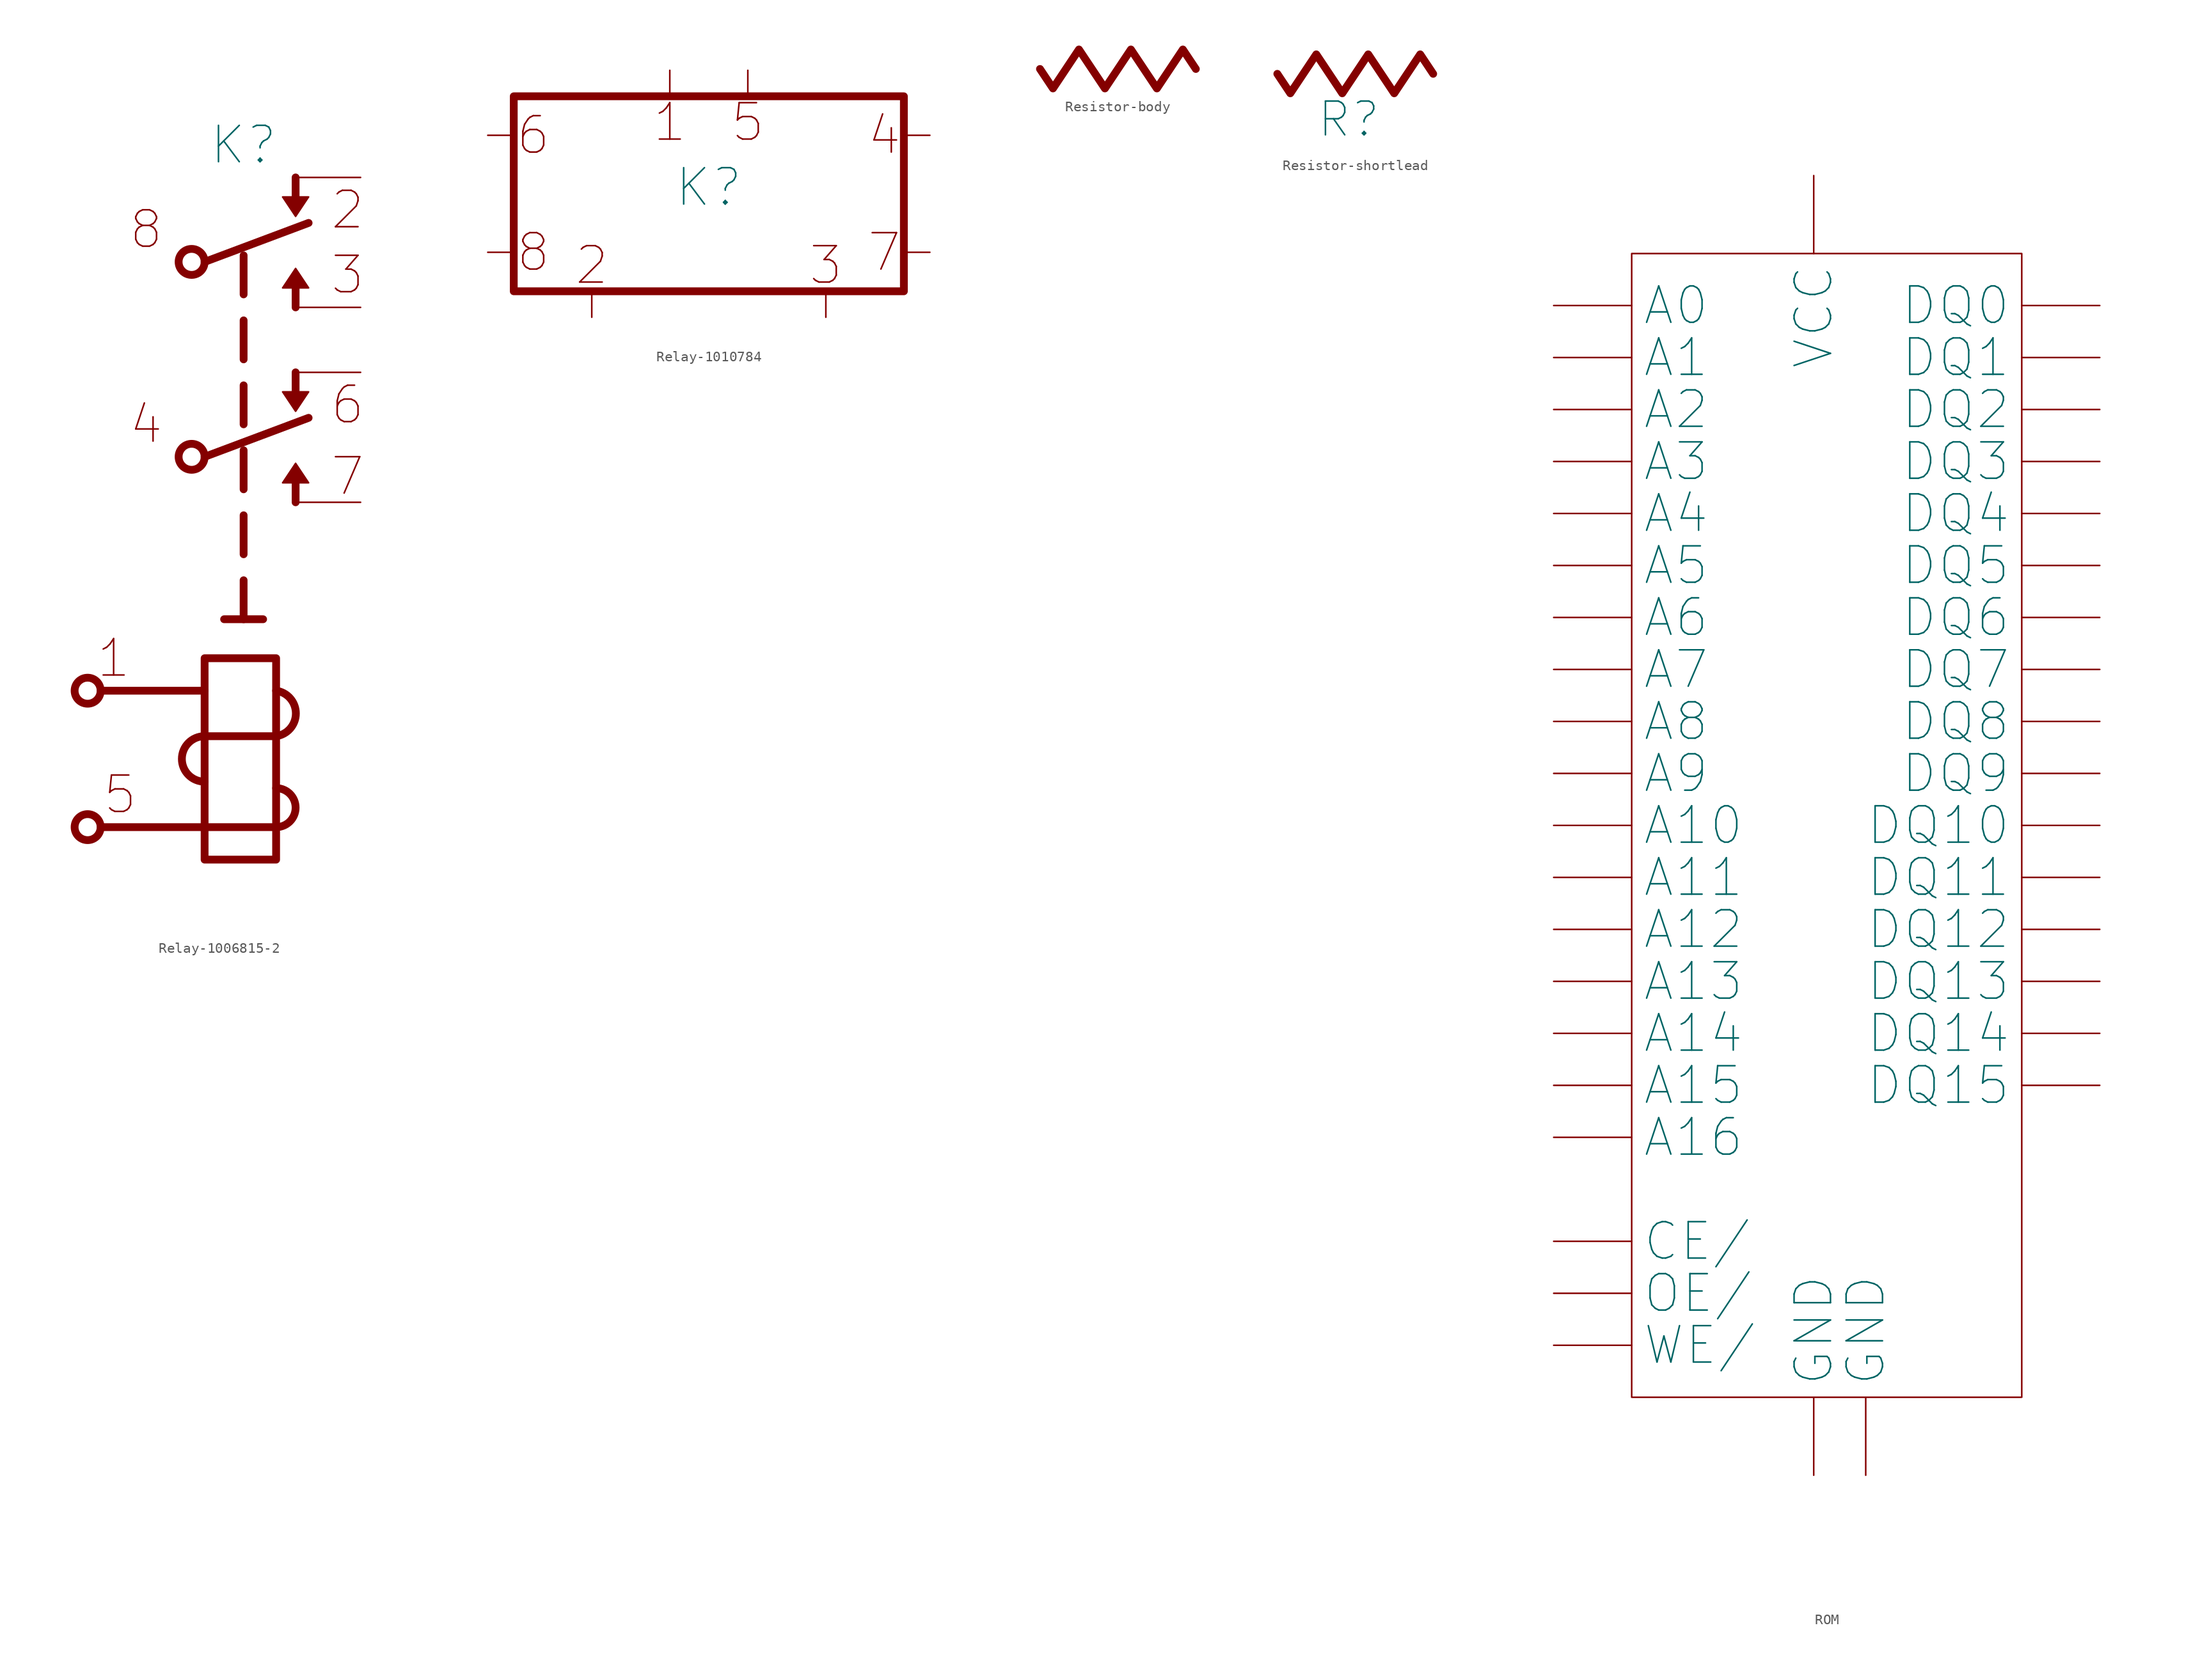
<source format=kicad_sym>
(kicad_symbol_lib
  (version 20211014)
  (generator kicad_symbol_editor)
  (symbol "Relay-1006815-2"
    (pin_numbers hide)
    (pin_names
      (offset 0) hide)
    (property "Reference" "K"
      (at 0 30.48 0)
      (effects (font (size 3.556 3.556))))
    (symbol "Relay-1006815-2_0_0"
      (arc (start -3.81 -27.305) (mid -6.0198 -29.5148) (end -3.81 -31.75) (stroke (width 0.762) (type default) (color 0 0 0 0)) (fill (type none)))
      (polyline (pts (xy -13.97 -36.195) (xy -3.81 -36.195)) (stroke (width 0.762) (type default) (color 0 0 0 0)) (fill (type none)))
      (polyline (pts (xy -13.97 -22.86) (xy -3.81 -22.86)) (stroke (width 0.762) (type default) (color 0 0 0 0)) (fill (type none)))
      (polyline (pts (xy -3.81 -36.195) (xy 3.175 -36.195)) (stroke (width 0.762) (type default) (color 0 0 0 0)) (fill (type none)))
      (polyline (pts (xy -3.81 0) (xy 6.35 3.81)) (stroke (width 0.762) (type default) (color 0 0 0 0)) (fill (type none)))
      (polyline (pts (xy -3.81 19.05) (xy 6.35 22.86)) (stroke (width 0.762) (type default) (color 0 0 0 0)) (fill (type none)))
      (polyline (pts (xy -1.905 -15.875) (xy 1.905 -15.875)) (stroke (width 0.762) (type default) (color 0 0 0 0)) (fill (type none)))
      (polyline (pts (xy 0 -15.875) (xy 0 -12.065)) (stroke (width 0.762) (type default) (color 0 0 0 0)) (fill (type none)))
      (polyline (pts (xy 0 -9.525) (xy 0 -5.715)) (stroke (width 0.762) (type default) (color 0 0 0 0)) (fill (type none)))
      (polyline (pts (xy 3.175 -27.305) (xy -3.81 -27.305)) (stroke (width 0.762) (type default) (color 0 0 0 0)) (fill (type none)))
      (polyline (pts (xy 0 -3.175) (xy 0 0.635) (xy 0 -3.175)) (stroke (width 0.762) (type default) (color 0 0 0 0)) (fill (type none)))
      (polyline (pts (xy -3.81 -19.685) (xy -3.81 -39.37) (xy 3.175 -39.37) (xy 3.175 -19.685) (xy -3.81 -19.685)) (stroke (width 0.762) (type default) (color 0 0 0 0)) (fill (type none)))
      (arc (start 3.175 -36.195) (mid 5.08 -34.29) (end 3.175 -32.385) (stroke (width 0.762) (type default) (color 0 0 0 0)) (fill (type none)))
      (arc (start 3.175 -27.305) (mid 5.1043 -25.0717) (end 3.175 -22.86) (stroke (width 0.762) (type default) (color 0 0 0 0)) (fill (type none)))
      (text "1" (at -12.7 -19.685 0) (effects (font (size 3.556 3.556))))
      (text "2" (at 10.16 24.13 0) (effects (font (size 3.556 3.556))))
      (text "3" (at 10.16 17.78 0) (effects (font (size 3.556 3.556))))
      (text "4" (at -9.525 3.175 0) (effects (font (size 3.556 3.556))))
      (text "5" (at -12.065 -33.02 0) (effects (font (size 3.556 3.556))))
      (text "6" (at 10.16 5.08 0) (effects (font (size 3.556 3.556))))
      (text "7" (at 10.16 -1.905 0) (effects (font (size 3.556 3.556))))
      (text "8" (at -9.525 22.225 0) (effects (font (size 3.556 3.556)))))
    (symbol "Relay-1006815-2_0_1"
      (circle (center -5.08 0) (radius 1.27) (stroke (width 0.762) (type default) (color 0 0 0 0)) (fill (type none)))
      (circle (center -5.08 19.05) (radius 1.27) (stroke (width 0.762) (type default) (color 0 0 0 0)) (fill (type none)))
      (polyline (pts (xy 5.08 -4.445) (xy 5.08 -1.905)) (stroke (width 0.762) (type default) (color 0 0 0 0)) (fill (type none)))
      (polyline (pts (xy 5.08 8.255) (xy 5.08 6.35)) (stroke (width 0.762) (type default) (color 0 0 0 0)) (fill (type none)))
      (polyline (pts (xy 5.08 14.605) (xy 5.08 17.145)) (stroke (width 0.762) (type default) (color 0 0 0 0)) (fill (type none)))
      (polyline (pts (xy 5.08 27.305) (xy 5.08 25.4)) (stroke (width 0.762) (type default) (color 0 0 0 0)) (fill (type none))))
    (symbol "Relay-1006815-2_1_1"
      (circle (center -15.24 -36.195) (radius 1.27) (stroke (width 0.762) (type default) (color 0 0 0 0)) (fill (type none)))
      (circle (center -15.24 -22.86) (radius 1.27) (stroke (width 0.762) (type default) (color 0 0 0 0)) (fill (type none)))
      (polyline (pts (xy 0 3.175) (xy 0 6.985)) (stroke (width 0.762) (type default) (color 0 0 0 0)) (fill (type none)))
      (polyline (pts (xy 0 9.525) (xy 0 13.335)) (stroke (width 0.762) (type default) (color 0 0 0 0)) (fill (type none)))
      (polyline (pts (xy 0 15.875) (xy 0 19.685) (xy 0 15.875)) (stroke (width 0.762) (type default) (color 0 0 0 0)) (fill (type none)))
      (polyline (pts (xy 3.81 -2.54) (xy 5.08 -0.635) (xy 6.35 -2.54) (xy 3.81 -2.54)) (stroke (width 0) (type default) (color 0 0 0 0)) (fill (type outline)))
      (polyline (pts (xy 3.81 16.51) (xy 5.08 18.415) (xy 6.35 16.51) (xy 3.81 16.51)) (stroke (width 0) (type default) (color 0 0 0 0)) (fill (type outline)))
      (polyline (pts (xy 6.35 6.35) (xy 5.08 4.445) (xy 3.81 6.35) (xy 6.35 6.35)) (stroke (width 0) (type default) (color 0 0 0 0)) (fill (type outline)))
      (polyline (pts (xy 6.35 25.4) (xy 5.08 23.495) (xy 3.81 25.4) (xy 6.35 25.4)) (stroke (width 0) (type default) (color 0 0 0 0)) (fill (type outline)))
      (pin passive line (at -16.51 -22.86 0) (length 0) (name "1" (effects (font (size 3.556 3.556)))) (number "1" (effects (font (size 3.556 3.556)))))
      (pin passive line (at 11.43 27.305 180) (length 6.35) (name "2" (effects (font (size 3.556 3.556)))) (number "2" (effects (font (size 3.556 3.556)))))
      (pin passive line (at 11.43 14.605 180) (length 6.35) (name "3" (effects (font (size 3.556 3.556)))) (number "3" (effects (font (size 3.556 3.556)))))
      (pin passive line (at -5.08 -1.27 90) (length 0) (name "4" (effects (font (size 3.556 3.556)))) (number "4" (effects (font (size 3.556 3.556)))))
      (pin passive line (at -16.51 -36.195 0) (length 0) (name "5" (effects (font (size 3.556 3.556)))) (number "5" (effects (font (size 3.556 3.556)))))
      (pin passive line (at 11.43 8.255 180) (length 6.35) (name "6" (effects (font (size 3.556 3.556)))) (number "6" (effects (font (size 3.556 3.556)))))
      (pin passive line (at 11.43 -4.445 180) (length 6.35) (name "7" (effects (font (size 3.556 3.556)))) (number "7" (effects (font (size 3.556 3.556)))))
      (pin passive line (at -5.08 20.32 270) (length 0) (name "8" (effects (font (size 3.556 3.556)))) (number "8" (effects (font (size 3.556 3.556)))))))
  (symbol "Relay-1010784"
    (pin_numbers hide)
    (pin_names
      (offset 0) hide)
    (property "Reference" "K"
      (at 0 0.635 0)
      (effects (font (size 3.556 3.556))))
    (symbol "Relay-1010784_0_0"
      (text "1" (at -3.81 6.985 0) (effects (font (size 3.556 3.556))))
      (text "2" (at -11.43 -6.985 0) (effects (font (size 3.556 3.556))))
      (text "3" (at 11.43 -6.985 0) (effects (font (size 3.556 3.556))))
      (text "4" (at 17.145 5.715 0) (effects (font (size 3.556 3.556))))
      (text "5" (at 3.81 6.985 0) (effects (font (size 3.556 3.556))))
      (text "6" (at -17.145 5.715 0) (effects (font (size 3.556 3.556))))
      (text "7" (at 17.145 -5.715 0) (effects (font (size 3.556 3.556))))
      (text "8" (at -17.145 -5.715 0) (effects (font (size 3.556 3.556)))))
    (symbol "Relay-1010784_0_1"
      (rectangle (start -19.05 -9.525) (end 19.05 9.525) (stroke (width 0.762) (type default) (color 0 0 0 0)) (fill (type none))))
    (symbol "Relay-1010784_1_1"
      (pin passive line (at -3.81 12.065 270) (length 2.54) (name "1" (effects (font (size 3.556 3.556)))) (number "1" (effects (font (size 1.27 1.27)))))
      (pin passive line (at -11.43 -12.065 90) (length 2.54) (name "2" (effects (font (size 3.556 3.556)))) (number "2" (effects (font (size 1.27 1.27)))))
      (pin passive line (at 11.43 -12.065 90) (length 2.54) (name "3" (effects (font (size 3.556 3.556)))) (number "3" (effects (font (size 1.27 1.27)))))
      (pin passive line (at 21.59 5.715 180) (length 2.54) (name "4" (effects (font (size 3.556 3.556)))) (number "4" (effects (font (size 1.27 1.27)))))
      (pin passive line (at 3.81 12.065 270) (length 2.54) (name "5" (effects (font (size 3.556 3.556)))) (number "5" (effects (font (size 1.27 1.27)))))
      (pin passive line (at -21.59 5.715 0) (length 2.54) (name "6" (effects (font (size 3.556 3.556)))) (number "6" (effects (font (size 1.27 1.27)))))
      (pin passive line (at 21.59 -5.715 180) (length 2.54) (name "7" (effects (font (size 3.556 3.556)))) (number "7" (effects (font (size 1.27 1.27)))))
      (pin passive line (at -21.59 -5.715 0) (length 2.54) (name "8" (effects (font (size 3.556 3.556)))) (number "8" (effects (font (size 1.27 1.27)))))))
  (symbol "Resistor-body"
    (pin_numbers hide)
    (pin_names
      (offset 0) hide)
    (property "Reference" "X"
      (at -0.635 -4.445 0)
      (effects (font (size 3.302 3.302)) hide))
    (symbol "Resistor-body_0_1"
      (polyline (pts (xy -7.62 0) (xy -6.35 -1.905) (xy -3.81 1.905) (xy -1.27 -1.905) (xy 1.27 1.905) (xy 3.81 -1.905) (xy 6.35 1.905) (xy 7.62 0)) (stroke (width 0.762) (type default) (color 0 0 0 0)) (fill (type none)))))
  (symbol "Resistor-shortlead"
    (pin_numbers hide)
    (pin_names
      (offset 0) hide)
    (property "Reference" "R"
      (at -0.635 -4.445 0)
      (effects (font (size 3.302 3.302))))
    (symbol "Resistor-shortlead_0_1"
      (polyline (pts (xy -7.62 0) (xy -6.35 -1.905) (xy -3.81 1.905) (xy -1.27 -1.905) (xy 1.27 1.905) (xy 3.81 -1.905) (xy 6.35 1.905) (xy 7.62 0)) (stroke (width 0.762) (type default) (color 0 0 0 0)) (fill (type none))))
    (symbol "Resistor-shortlead_1_1"
      (pin passive line (at -7.62 0 0) (length 0) (name "1" (effects (font (size 1.27 1.27)))) (number "1" (effects (font (size 1.27 1.27)))))
      (pin passive line (at 7.62 0 180) (length 0) (name "2" (effects (font (size 1.27 1.27)))) (number "2" (effects (font (size 1.27 1.27)))))))
  (symbol "ROM"
    (pin_numbers hide)
    (pin_names
      (offset 1.016))
    (property "Reference" "B"
      (at 0 0 0)
      (effects (font (size 3.556 3.556)) hide))
    (symbol "ROM_0_1"
      (polyline (pts (xy -7.62 -5.08) (xy -7.62 -116.84) (xy 30.48 -116.84) (xy 30.48 -5.08) (xy -7.62 -5.08)) (stroke (width 0) (type default) (color 0 0 0 0)) (fill (type none))))
    (symbol "ROM_1_1"
      (pin input line (at -15.24 -86.36 0) (length 7.62) (name "A15" (effects (font (size 3.556 3.556)))) (number "1" (effects (font (size 3.556 3.556)))))
      (pin input line (at -15.24 -111.76 0) (length 7.62) (name "WE/" (effects (font (size 3.556 3.556)))) (number "11" (effects (font (size 3.556 3.556)))))
      (pin input line (at -15.24 -45.72 0) (length 7.62) (name "A7" (effects (font (size 3.556 3.556)))) (number "18" (effects (font (size 3.556 3.556)))))
      (pin input line (at -15.24 -40.64 0) (length 7.62) (name "A6" (effects (font (size 3.556 3.556)))) (number "19" (effects (font (size 3.556 3.556)))))
      (pin input line (at -15.24 -81.28 0) (length 7.62) (name "A14" (effects (font (size 3.556 3.556)))) (number "2" (effects (font (size 3.556 3.556)))))
      (pin input line (at -15.24 -35.56 0) (length 7.62) (name "A5" (effects (font (size 3.556 3.556)))) (number "20" (effects (font (size 3.556 3.556)))))
      (pin input line (at -15.24 -30.48 0) (length 7.62) (name "A4" (effects (font (size 3.556 3.556)))) (number "21" (effects (font (size 3.556 3.556)))))
      (pin input line (at -15.24 -25.4 0) (length 7.62) (name "A3" (effects (font (size 3.556 3.556)))) (number "22" (effects (font (size 3.556 3.556)))))
      (pin input line (at -15.24 -20.32 0) (length 7.62) (name "A2" (effects (font (size 3.556 3.556)))) (number "23" (effects (font (size 3.556 3.556)))))
      (pin input line (at -15.24 -15.24 0) (length 7.62) (name "A1" (effects (font (size 3.556 3.556)))) (number "24" (effects (font (size 3.556 3.556)))))
      (pin input line (at -15.24 -10.16 0) (length 7.62) (name "A0" (effects (font (size 3.556 3.556)))) (number "25" (effects (font (size 3.556 3.556)))))
      (pin input line (at -15.24 -101.6 0) (length 7.62) (name "CE/" (effects (font (size 3.556 3.556)))) (number "26" (effects (font (size 3.556 3.556)))))
      (pin power_in line (at 10.16 -124.46 90) (length 7.62) (name "GND" (effects (font (size 3.556 3.556)))) (number "27" (effects (font (size 3.556 3.556)))))
      (pin input line (at -15.24 -106.68 0) (length 7.62) (name "OE/" (effects (font (size 3.556 3.556)))) (number "28" (effects (font (size 3.556 3.556)))))
      (pin tri_state line (at 38.1 -10.16 180) (length 7.62) (name "DQ0" (effects (font (size 3.556 3.556)))) (number "29" (effects (font (size 3.556 3.556)))))
      (pin input line (at -15.24 -76.2 0) (length 7.62) (name "A13" (effects (font (size 3.556 3.556)))) (number "3" (effects (font (size 3.556 3.556)))))
      (pin tri_state line (at 38.1 -50.8 180) (length 7.62) (name "DQ8" (effects (font (size 3.556 3.556)))) (number "30" (effects (font (size 3.556 3.556)))))
      (pin tri_state line (at 38.1 -15.24 180) (length 7.62) (name "DQ1" (effects (font (size 3.556 3.556)))) (number "31" (effects (font (size 3.556 3.556)))))
      (pin tri_state line (at 38.1 -55.88 180) (length 7.62) (name "DQ9" (effects (font (size 3.556 3.556)))) (number "32" (effects (font (size 3.556 3.556)))))
      (pin tri_state line (at 38.1 -20.32 180) (length 7.62) (name "DQ2" (effects (font (size 3.556 3.556)))) (number "33" (effects (font (size 3.556 3.556)))))
      (pin tri_state line (at 38.1 -60.96 180) (length 7.62) (name "DQ10" (effects (font (size 3.556 3.556)))) (number "34" (effects (font (size 3.556 3.556)))))
      (pin tri_state line (at 38.1 -25.4 180) (length 7.62) (name "DQ3" (effects (font (size 3.556 3.556)))) (number "35" (effects (font (size 3.556 3.556)))))
      (pin tri_state line (at 38.1 -66.04 180) (length 7.62) (name "DQ11" (effects (font (size 3.556 3.556)))) (number "36" (effects (font (size 3.556 3.556)))))
      (pin power_in line (at 10.16 2.54 270) (length 7.62) (name "VCC" (effects (font (size 3.556 3.556)))) (number "37" (effects (font (size 3.556 3.556)))))
      (pin tri_state line (at 38.1 -30.48 180) (length 7.62) (name "DQ4" (effects (font (size 3.556 3.556)))) (number "38" (effects (font (size 3.556 3.556)))))
      (pin tri_state line (at 38.1 -71.12 180) (length 7.62) (name "DQ12" (effects (font (size 3.556 3.556)))) (number "39" (effects (font (size 3.556 3.556)))))
      (pin input line (at -15.24 -71.12 0) (length 7.62) (name "A12" (effects (font (size 3.556 3.556)))) (number "4" (effects (font (size 3.556 3.556)))))
      (pin tri_state line (at 38.1 -35.56 180) (length 7.62) (name "DQ5" (effects (font (size 3.556 3.556)))) (number "40" (effects (font (size 3.556 3.556)))))
      (pin tri_state line (at 38.1 -76.2 180) (length 7.62) (name "DQ13" (effects (font (size 3.556 3.556)))) (number "41" (effects (font (size 3.556 3.556)))))
      (pin tri_state line (at 38.1 -40.64 180) (length 7.62) (name "DQ6" (effects (font (size 3.556 3.556)))) (number "42" (effects (font (size 3.556 3.556)))))
      (pin tri_state line (at 38.1 -81.28 180) (length 7.62) (name "DQ14" (effects (font (size 3.556 3.556)))) (number "43" (effects (font (size 3.556 3.556)))))
      (pin tri_state line (at 38.1 -45.72 180) (length 7.62) (name "DQ7" (effects (font (size 3.556 3.556)))) (number "44" (effects (font (size 3.556 3.556)))))
      (pin tri_state line (at 38.1 -86.36 180) (length 7.62) (name "DQ15" (effects (font (size 3.556 3.556)))) (number "45" (effects (font (size 3.556 3.556)))))
      (pin power_in line (at 15.24 -124.46 90) (length 7.62) (name "GND" (effects (font (size 3.556 3.556)))) (number "46" (effects (font (size 3.556 3.556)))))
      (pin input line (at -15.24 -91.44 0) (length 7.62) (name "A16" (effects (font (size 3.556 3.556)))) (number "48" (effects (font (size 3.556 3.556)))))
      (pin input line (at -15.24 -66.04 0) (length 7.62) (name "A11" (effects (font (size 3.556 3.556)))) (number "5" (effects (font (size 3.556 3.556)))))
      (pin input line (at -15.24 -60.96 0) (length 7.62) (name "A10" (effects (font (size 3.556 3.556)))) (number "6" (effects (font (size 3.556 3.556)))))
      (pin input line (at -15.24 -55.88 0) (length 7.62) (name "A9" (effects (font (size 3.556 3.556)))) (number "7" (effects (font (size 3.556 3.556)))))
      (pin input line (at -15.24 -50.8 0) (length 7.62) (name "A8" (effects (font (size 3.556 3.556)))) (number "8" (effects (font (size 3.556 3.556))))))))
</source>
